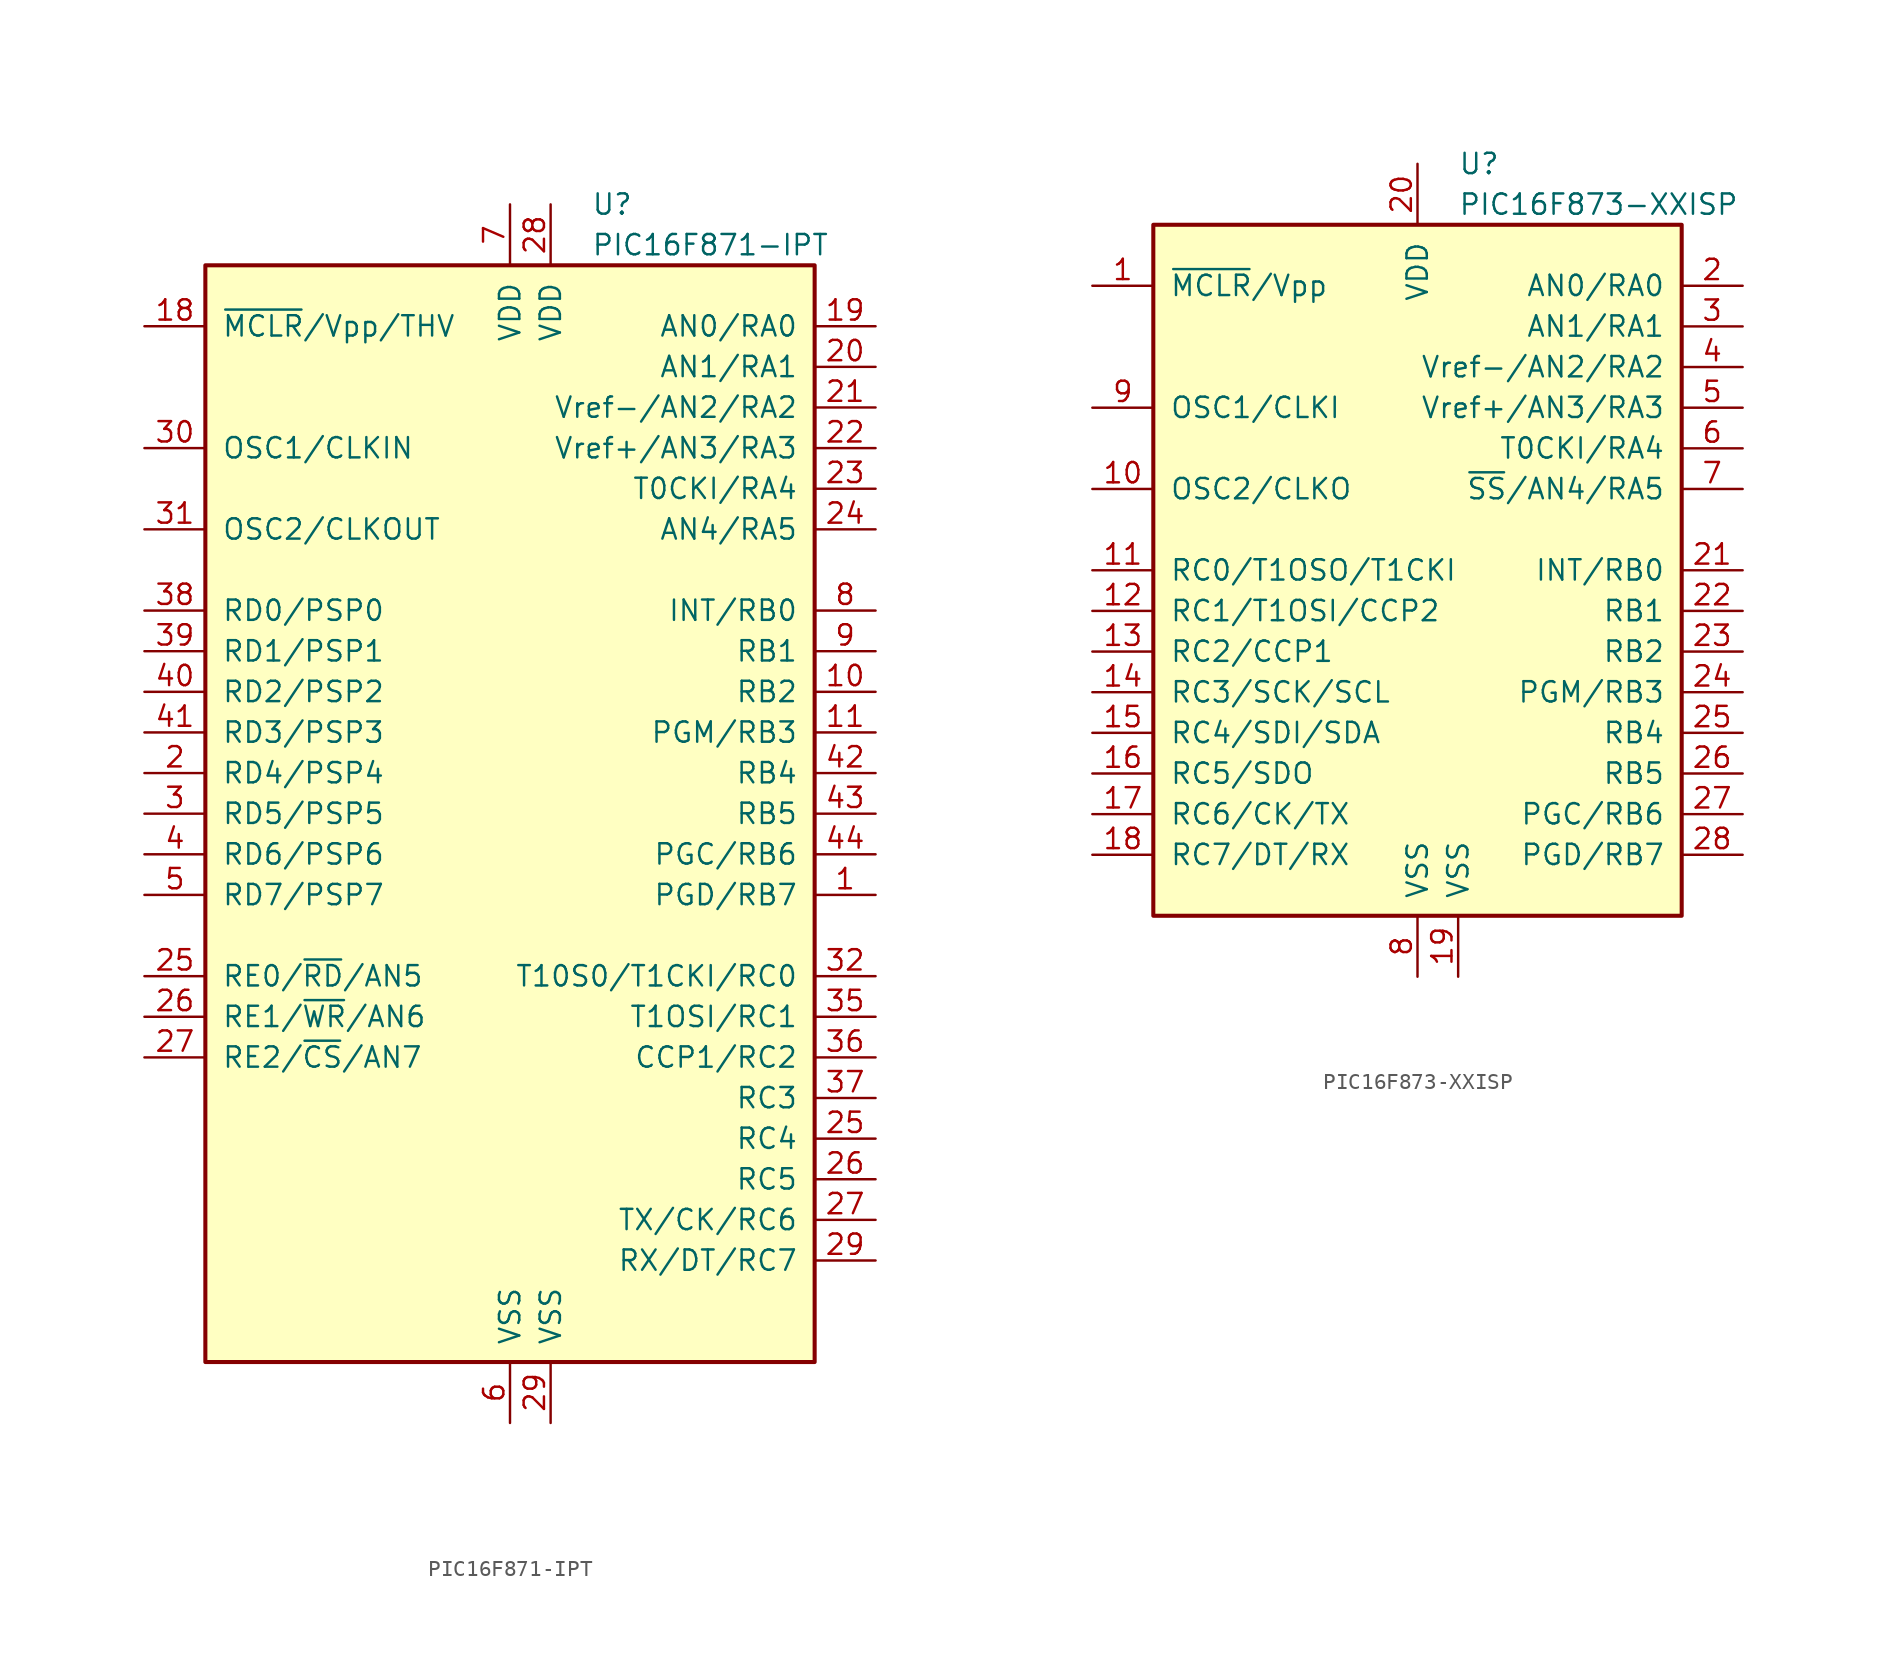
<source format=kicad_sym>
(kicad_symbol_lib
  (version 20211014)
  (generator kicad_symbol_editor)
  (symbol "PIC16F871-IPT"
    (pin_names
      (offset 1.016))
    (property "Reference" "U"
      (at 5.08 38.1 0)
      (effects (font (size 1.27 1.27)) (justify left)))
    (property "Value" "PIC16F871-IPT"
      (at 5.08 35.56 0)
      (effects (font (size 1.27 1.27)) (justify left)))
    (symbol "PIC16F871-IPT_0_1"
      (rectangle (start -19.05 -34.29) (end 19.05 34.29) (stroke (width 0.254) (type default) (color 0 0 0 0)) (fill (type background))))
    (symbol "PIC16F871-IPT_1_1"
      (pin bidirectional line (at 22.86 -5.08 180) (length 3.81) (name "PGD/RB7" (effects (font (size 1.27 1.27)))) (number "1" (effects (font (size 1.27 1.27)))))
      (pin bidirectional line (at 22.86 7.62 180) (length 3.81) (name "RB2" (effects (font (size 1.27 1.27)))) (number "10" (effects (font (size 1.27 1.27)))))
      (pin bidirectional line (at 22.86 5.08 180) (length 3.81) (name "PGM/RB3" (effects (font (size 1.27 1.27)))) (number "11" (effects (font (size 1.27 1.27)))))
      (pin input line (at -22.86 30.48 0) (length 3.81) (name "~{MCLR}/Vpp/THV" (effects (font (size 1.27 1.27)))) (number "18" (effects (font (size 1.27 1.27)))))
      (pin bidirectional line (at 22.86 30.48 180) (length 3.81) (name "AN0/RA0" (effects (font (size 1.27 1.27)))) (number "19" (effects (font (size 1.27 1.27)))))
      (pin bidirectional line (at -22.86 2.54 0) (length 3.81) (name "RD4/PSP4" (effects (font (size 1.27 1.27)))) (number "2" (effects (font (size 1.27 1.27)))))
      (pin bidirectional line (at 22.86 27.94 180) (length 3.81) (name "AN1/RA1" (effects (font (size 1.27 1.27)))) (number "20" (effects (font (size 1.27 1.27)))))
      (pin bidirectional line (at 22.86 25.4 180) (length 3.81) (name "Vref-/AN2/RA2" (effects (font (size 1.27 1.27)))) (number "21" (effects (font (size 1.27 1.27)))))
      (pin bidirectional line (at 22.86 22.86 180) (length 3.81) (name "Vref+/AN3/RA3" (effects (font (size 1.27 1.27)))) (number "22" (effects (font (size 1.27 1.27)))))
      (pin bidirectional line (at 22.86 20.32 180) (length 3.81) (name "T0CKI/RA4" (effects (font (size 1.27 1.27)))) (number "23" (effects (font (size 1.27 1.27)))))
      (pin bidirectional line (at 22.86 17.78 180) (length 3.81) (name "AN4/RA5" (effects (font (size 1.27 1.27)))) (number "24" (effects (font (size 1.27 1.27)))))
      (pin bidirectional line (at 22.86 -20.32 180) (length 3.81) (name "RC4" (effects (font (size 1.27 1.27)))) (number "25" (effects (font (size 1.27 1.27)))))
      (pin bidirectional line (at -22.86 -10.16 0) (length 3.81) (name "RE0/~{RD}/AN5" (effects (font (size 1.27 1.27)))) (number "25" (effects (font (size 1.27 1.27)))))
      (pin bidirectional line (at 22.86 -22.86 180) (length 3.81) (name "RC5" (effects (font (size 1.27 1.27)))) (number "26" (effects (font (size 1.27 1.27)))))
      (pin bidirectional line (at -22.86 -12.7 0) (length 3.81) (name "RE1/~{WR}/AN6" (effects (font (size 1.27 1.27)))) (number "26" (effects (font (size 1.27 1.27)))))
      (pin bidirectional line (at -22.86 -15.24 0) (length 3.81) (name "RE2/~{CS}/AN7" (effects (font (size 1.27 1.27)))) (number "27" (effects (font (size 1.27 1.27)))))
      (pin bidirectional line (at 22.86 -25.4 180) (length 3.81) (name "TX/CK/RC6" (effects (font (size 1.27 1.27)))) (number "27" (effects (font (size 1.27 1.27)))))
      (pin power_in line (at 2.54 38.1 270) (length 3.81) (name "VDD" (effects (font (size 1.27 1.27)))) (number "28" (effects (font (size 1.27 1.27)))))
      (pin bidirectional line (at 22.86 -27.94 180) (length 3.81) (name "RX/DT/RC7" (effects (font (size 1.27 1.27)))) (number "29" (effects (font (size 1.27 1.27)))))
      (pin power_in line (at 2.54 -38.1 90) (length 3.81) (name "VSS" (effects (font (size 1.27 1.27)))) (number "29" (effects (font (size 1.27 1.27)))))
      (pin bidirectional line (at -22.86 0 0) (length 3.81) (name "RD5/PSP5" (effects (font (size 1.27 1.27)))) (number "3" (effects (font (size 1.27 1.27)))))
      (pin input line (at -22.86 22.86 0) (length 3.81) (name "OSC1/CLKIN" (effects (font (size 1.27 1.27)))) (number "30" (effects (font (size 1.27 1.27)))))
      (pin output line (at -22.86 17.78 0) (length 3.81) (name "OSC2/CLKOUT" (effects (font (size 1.27 1.27)))) (number "31" (effects (font (size 1.27 1.27)))))
      (pin bidirectional line (at 22.86 -10.16 180) (length 3.81) (name "T10S0/T1CKI/RC0" (effects (font (size 1.27 1.27)))) (number "32" (effects (font (size 1.27 1.27)))))
      (pin bidirectional line (at 22.86 -12.7 180) (length 3.81) (name "T1OSI/RC1" (effects (font (size 1.27 1.27)))) (number "35" (effects (font (size 1.27 1.27)))))
      (pin bidirectional line (at 22.86 -15.24 180) (length 3.81) (name "CCP1/RC2" (effects (font (size 1.27 1.27)))) (number "36" (effects (font (size 1.27 1.27)))))
      (pin bidirectional line (at 22.86 -17.78 180) (length 3.81) (name "RC3" (effects (font (size 1.27 1.27)))) (number "37" (effects (font (size 1.27 1.27)))))
      (pin bidirectional line (at -22.86 12.7 0) (length 3.81) (name "RD0/PSP0" (effects (font (size 1.27 1.27)))) (number "38" (effects (font (size 1.27 1.27)))))
      (pin bidirectional line (at -22.86 10.16 0) (length 3.81) (name "RD1/PSP1" (effects (font (size 1.27 1.27)))) (number "39" (effects (font (size 1.27 1.27)))))
      (pin bidirectional line (at -22.86 -2.54 0) (length 3.81) (name "RD6/PSP6" (effects (font (size 1.27 1.27)))) (number "4" (effects (font (size 1.27 1.27)))))
      (pin bidirectional line (at -22.86 7.62 0) (length 3.81) (name "RD2/PSP2" (effects (font (size 1.27 1.27)))) (number "40" (effects (font (size 1.27 1.27)))))
      (pin bidirectional line (at -22.86 5.08 0) (length 3.81) (name "RD3/PSP3" (effects (font (size 1.27 1.27)))) (number "41" (effects (font (size 1.27 1.27)))))
      (pin bidirectional line (at 22.86 2.54 180) (length 3.81) (name "RB4" (effects (font (size 1.27 1.27)))) (number "42" (effects (font (size 1.27 1.27)))))
      (pin bidirectional line (at 22.86 0 180) (length 3.81) (name "RB5" (effects (font (size 1.27 1.27)))) (number "43" (effects (font (size 1.27 1.27)))))
      (pin bidirectional line (at 22.86 -2.54 180) (length 3.81) (name "PGC/RB6" (effects (font (size 1.27 1.27)))) (number "44" (effects (font (size 1.27 1.27)))))
      (pin bidirectional line (at -22.86 -5.08 0) (length 3.81) (name "RD7/PSP7" (effects (font (size 1.27 1.27)))) (number "5" (effects (font (size 1.27 1.27)))))
      (pin power_in line (at 0 -38.1 90) (length 3.81) (name "VSS" (effects (font (size 1.27 1.27)))) (number "6" (effects (font (size 1.27 1.27)))))
      (pin power_in line (at 0 38.1 270) (length 3.81) (name "VDD" (effects (font (size 1.27 1.27)))) (number "7" (effects (font (size 1.27 1.27)))))
      (pin bidirectional line (at 22.86 12.7 180) (length 3.81) (name "INT/RB0" (effects (font (size 1.27 1.27)))) (number "8" (effects (font (size 1.27 1.27)))))
      (pin bidirectional line (at 22.86 10.16 180) (length 3.81) (name "RB1" (effects (font (size 1.27 1.27)))) (number "9" (effects (font (size 1.27 1.27)))))))
  (symbol "PIC16F873-XXISP"
    (pin_names
      (offset 1.016))
    (property "Reference" "U"
      (at 2.54 25.4 0)
      (effects (font (size 1.27 1.27)) (justify left)))
    (property "Value" "PIC16F873-XXISP"
      (at 2.54 22.86 0)
      (effects (font (size 1.27 1.27)) (justify left)))
    (symbol "PIC16F873-XXISP_0_1"
      (rectangle (start -16.51 21.59) (end 16.51 -21.59) (stroke (width 0.254) (type default) (color 0 0 0 0)) (fill (type background))))
    (symbol "PIC16F873-XXISP_1_1"
      (pin input line (at -20.32 17.78 0) (length 3.81) (name "~{MCLR}/Vpp" (effects (font (size 1.27 1.27)))) (number "1" (effects (font (size 1.27 1.27)))))
      (pin output line (at -20.32 5.08 0) (length 3.81) (name "OSC2/CLKO" (effects (font (size 1.27 1.27)))) (number "10" (effects (font (size 1.27 1.27)))))
      (pin bidirectional line (at -20.32 0 0) (length 3.81) (name "RC0/T1OSO/T1CKI" (effects (font (size 1.27 1.27)))) (number "11" (effects (font (size 1.27 1.27)))))
      (pin bidirectional line (at -20.32 -2.54 0) (length 3.81) (name "RC1/T1OSI/CCP2" (effects (font (size 1.27 1.27)))) (number "12" (effects (font (size 1.27 1.27)))))
      (pin bidirectional line (at -20.32 -5.08 0) (length 3.81) (name "RC2/CCP1" (effects (font (size 1.27 1.27)))) (number "13" (effects (font (size 1.27 1.27)))))
      (pin bidirectional line (at -20.32 -7.62 0) (length 3.81) (name "RC3/SCK/SCL" (effects (font (size 1.27 1.27)))) (number "14" (effects (font (size 1.27 1.27)))))
      (pin bidirectional line (at -20.32 -10.16 0) (length 3.81) (name "RC4/SDI/SDA" (effects (font (size 1.27 1.27)))) (number "15" (effects (font (size 1.27 1.27)))))
      (pin bidirectional line (at -20.32 -12.7 0) (length 3.81) (name "RC5/SDO" (effects (font (size 1.27 1.27)))) (number "16" (effects (font (size 1.27 1.27)))))
      (pin bidirectional line (at -20.32 -15.24 0) (length 3.81) (name "RC6/CK/TX" (effects (font (size 1.27 1.27)))) (number "17" (effects (font (size 1.27 1.27)))))
      (pin bidirectional line (at -20.32 -17.78 0) (length 3.81) (name "RC7/DT/RX" (effects (font (size 1.27 1.27)))) (number "18" (effects (font (size 1.27 1.27)))))
      (pin power_in line (at 2.54 -25.4 90) (length 3.81) (name "VSS" (effects (font (size 1.27 1.27)))) (number "19" (effects (font (size 1.27 1.27)))))
      (pin bidirectional line (at 20.32 17.78 180) (length 3.81) (name "AN0/RA0" (effects (font (size 1.27 1.27)))) (number "2" (effects (font (size 1.27 1.27)))))
      (pin power_in line (at 0 25.4 270) (length 3.81) (name "VDD" (effects (font (size 1.27 1.27)))) (number "20" (effects (font (size 1.27 1.27)))))
      (pin bidirectional line (at 20.32 0 180) (length 3.81) (name "INT/RB0" (effects (font (size 1.27 1.27)))) (number "21" (effects (font (size 1.27 1.27)))))
      (pin bidirectional line (at 20.32 -2.54 180) (length 3.81) (name "RB1" (effects (font (size 1.27 1.27)))) (number "22" (effects (font (size 1.27 1.27)))))
      (pin bidirectional line (at 20.32 -5.08 180) (length 3.81) (name "RB2" (effects (font (size 1.27 1.27)))) (number "23" (effects (font (size 1.27 1.27)))))
      (pin bidirectional line (at 20.32 -7.62 180) (length 3.81) (name "PGM/RB3" (effects (font (size 1.27 1.27)))) (number "24" (effects (font (size 1.27 1.27)))))
      (pin bidirectional line (at 20.32 -10.16 180) (length 3.81) (name "RB4" (effects (font (size 1.27 1.27)))) (number "25" (effects (font (size 1.27 1.27)))))
      (pin bidirectional line (at 20.32 -12.7 180) (length 3.81) (name "RB5" (effects (font (size 1.27 1.27)))) (number "26" (effects (font (size 1.27 1.27)))))
      (pin bidirectional line (at 20.32 -15.24 180) (length 3.81) (name "PGC/RB6" (effects (font (size 1.27 1.27)))) (number "27" (effects (font (size 1.27 1.27)))))
      (pin bidirectional line (at 20.32 -17.78 180) (length 3.81) (name "PGD/RB7" (effects (font (size 1.27 1.27)))) (number "28" (effects (font (size 1.27 1.27)))))
      (pin bidirectional line (at 20.32 15.24 180) (length 3.81) (name "AN1/RA1" (effects (font (size 1.27 1.27)))) (number "3" (effects (font (size 1.27 1.27)))))
      (pin bidirectional line (at 20.32 12.7 180) (length 3.81) (name "Vref-/AN2/RA2" (effects (font (size 1.27 1.27)))) (number "4" (effects (font (size 1.27 1.27)))))
      (pin bidirectional line (at 20.32 10.16 180) (length 3.81) (name "Vref+/AN3/RA3" (effects (font (size 1.27 1.27)))) (number "5" (effects (font (size 1.27 1.27)))))
      (pin bidirectional line (at 20.32 7.62 180) (length 3.81) (name "T0CKI/RA4" (effects (font (size 1.27 1.27)))) (number "6" (effects (font (size 1.27 1.27)))))
      (pin bidirectional line (at 20.32 5.08 180) (length 3.81) (name "~{SS}/AN4/RA5" (effects (font (size 1.27 1.27)))) (number "7" (effects (font (size 1.27 1.27)))))
      (pin power_in line (at 0 -25.4 90) (length 3.81) (name "VSS" (effects (font (size 1.27 1.27)))) (number "8" (effects (font (size 1.27 1.27)))))
      (pin input line (at -20.32 10.16 0) (length 3.81) (name "OSC1/CLKI" (effects (font (size 1.27 1.27)))) (number "9" (effects (font (size 1.27 1.27))))))))
</source>
